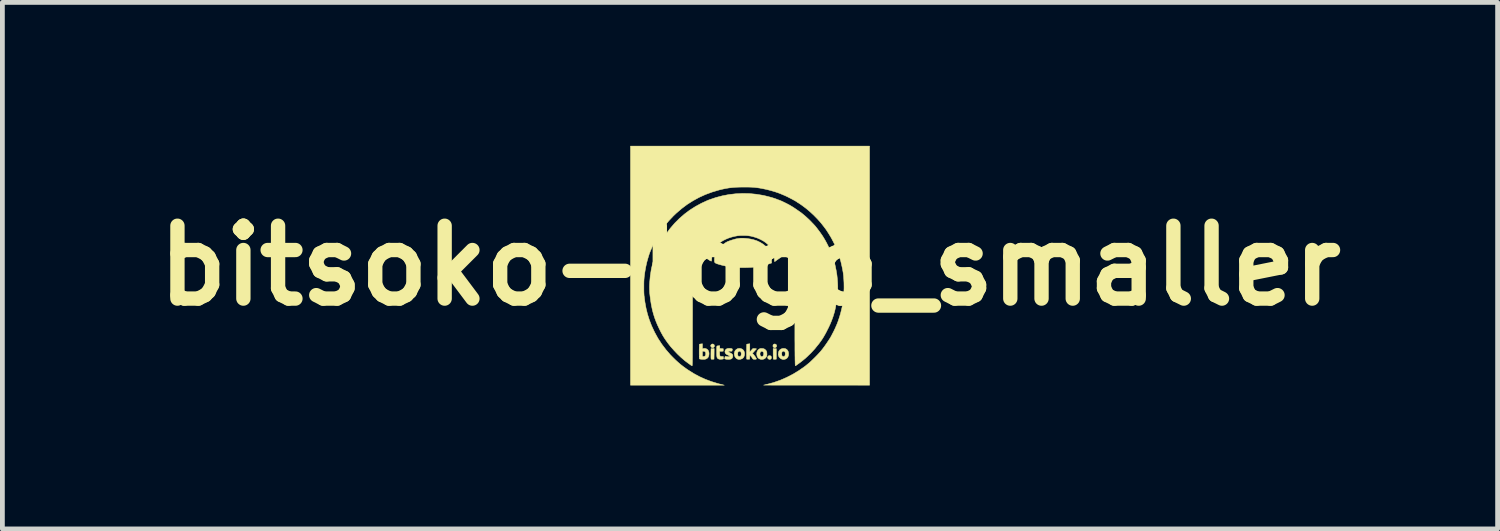
<source format=kicad_pcb>
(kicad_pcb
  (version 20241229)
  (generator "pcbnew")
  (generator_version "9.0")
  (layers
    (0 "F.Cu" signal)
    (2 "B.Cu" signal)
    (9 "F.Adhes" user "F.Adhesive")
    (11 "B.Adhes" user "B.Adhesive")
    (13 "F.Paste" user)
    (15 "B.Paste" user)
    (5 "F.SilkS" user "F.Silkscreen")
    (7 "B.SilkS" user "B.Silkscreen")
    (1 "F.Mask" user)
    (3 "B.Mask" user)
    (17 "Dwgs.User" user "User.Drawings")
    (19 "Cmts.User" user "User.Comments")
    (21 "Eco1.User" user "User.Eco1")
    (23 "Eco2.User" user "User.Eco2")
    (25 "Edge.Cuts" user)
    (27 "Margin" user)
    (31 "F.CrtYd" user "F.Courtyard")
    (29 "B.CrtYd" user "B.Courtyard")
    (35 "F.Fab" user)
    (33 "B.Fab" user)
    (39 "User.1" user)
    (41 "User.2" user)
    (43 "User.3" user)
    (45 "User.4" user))
  (footprint "bitsoko-logo_smaller"
    (layer "F.Cu")
    (at 12.635 2.505)
    (property "Reference" "bitsoko-logo_smaller" (at 0 0 0) (layer "F.SilkS") (effects (font (size 1.524 1.524) (thickness 0.3))))
    (attr through_hole)
    (fp_poly (pts (xy 0.517 1.736) (xy 0.55 1.737) (xy 0.55 1.956) (xy 0.521 1.958) (xy 0.504 1.958) (xy 0.492 1.957) (xy 0.488 1.955) (xy 0.487 1.949) (xy 0.486 1.934) (xy 0.485 1.912) (xy 0.485 1.884) (xy 0.484 1.853) (xy 0.484 1.843) (xy 0.484 1.734) (xy 0.517 1.736)) (stroke (width 0.01) (type solid)) (fill yes) (layer "F.SilkS"))
    (fp_poly (pts (xy -0.751 1.845) (xy -0.753 1.956) (xy -0.783 1.958) (xy -0.799 1.958) (xy -0.809 1.957) (xy -0.813 1.953) (xy -0.815 1.947) (xy -0.816 1.938) (xy -0.817 1.921) (xy -0.817 1.897) (xy -0.817 1.868) (xy -0.817 1.836) (xy -0.815 1.737) (xy -0.783 1.736) (xy -0.75 1.734) (xy -0.751 1.845)) (stroke (width 0.01) (type solid)) (fill yes) (layer "F.SilkS"))
    (fp_poly (pts (xy 0.419 1.883) (xy 0.436 1.891) (xy 0.446 1.906) (xy 0.448 1.922) (xy 0.444 1.942) (xy 0.433 1.955) (xy 0.416 1.961) (xy 0.396 1.958) (xy 0.392 1.956) (xy 0.376 1.945) (xy 0.368 1.93) (xy 0.368 1.915) (xy 0.373 1.9) (xy 0.384 1.888) (xy 0.4 1.882) (xy 0.419 1.883)) (stroke (width 0.01) (type solid)) (fill yes) (layer "F.SilkS"))
    (fp_poly (pts (xy 0.53 1.641) (xy 0.536 1.643) (xy 0.551 1.656) (xy 0.557 1.672) (xy 0.556 1.688) (xy 0.547 1.703) (xy 0.534 1.712) (xy 0.522 1.717) (xy 0.514 1.718) (xy 0.507 1.716) (xy 0.496 1.709) (xy 0.485 1.7) (xy 0.48 1.689) (xy 0.479 1.678) (xy 0.483 1.658) (xy 0.495 1.645) (xy 0.511 1.638) (xy 0.53 1.641)) (stroke (width 0.01) (type solid)) (fill yes) (layer "F.SilkS"))
    (fp_poly (pts (xy -0.775 1.639) (xy -0.756 1.648) (xy -0.747 1.663) (xy -0.745 1.678) (xy -0.746 1.693) (xy -0.753 1.702) (xy -0.762 1.709) (xy -0.773 1.716) (xy -0.781 1.718) (xy -0.789 1.716) (xy -0.798 1.713) (xy -0.811 1.703) (xy -0.82 1.688) (xy -0.822 1.67) (xy -0.821 1.665) (xy -0.813 1.652) (xy -0.799 1.642) (xy -0.783 1.638) (xy -0.775 1.639)) (stroke (width 0.01) (type solid)) (fill yes) (layer "F.SilkS"))
    (fp_poly (pts (xy -0.633 1.732) (xy -0.596 1.735) (xy -0.56 1.737) (xy -0.56 1.789) (xy -0.598 1.791) (xy -0.636 1.792) (xy -0.635 1.833) (xy -0.635 1.854) (xy -0.632 1.873) (xy -0.629 1.885) (xy -0.629 1.886) (xy -0.624 1.893) (xy -0.617 1.897) (xy -0.605 1.899) (xy -0.591 1.899) (xy -0.56 1.899) (xy -0.556 1.922) (xy -0.554 1.94) (xy -0.557 1.95) (xy -0.557 1.95) (xy -0.565 1.953) (xy -0.58 1.956) (xy -0.6 1.957) (xy -0.603 1.958) (xy -0.628 1.958) (xy -0.645 1.956) (xy -0.659 1.951) (xy -0.662 1.95) (xy -0.673 1.943) (xy -0.681 1.936) (xy -0.688 1.926) (xy -0.692 1.912) (xy -0.695 1.893) (xy -0.697 1.868) (xy -0.698 1.835) (xy -0.698 1.793) (xy -0.698 1.756) (xy -0.698 1.728) (xy -0.697 1.707) (xy -0.695 1.693) (xy -0.692 1.685) (xy -0.686 1.68) (xy -0.678 1.678) (xy -0.666 1.677) (xy -0.654 1.676) (xy -0.633 1.675) (xy -0.633 1.732)) (stroke (width 0.01) (type solid)) (fill yes) (layer "F.SilkS"))
    (fp_poly (pts (xy -0.195 1.734) (xy -0.165 1.745) (xy -0.153 1.753) (xy -0.134 1.774) (xy -0.121 1.8) (xy -0.114 1.829) (xy -0.115 1.86) (xy -0.121 1.889) (xy -0.133 1.916) (xy -0.152 1.937) (xy -0.167 1.947) (xy -0.198 1.958) (xy -0.229 1.962) (xy -0.249 1.959) (xy -0.278 1.947) (xy -0.301 1.926) (xy -0.318 1.899) (xy -0.327 1.867) (xy -0.328 1.856) (xy -0.259 1.856) (xy -0.254 1.88) (xy -0.243 1.895) (xy -0.226 1.901) (xy -0.221 1.901) (xy -0.205 1.898) (xy -0.195 1.891) (xy -0.189 1.879) (xy -0.185 1.863) (xy -0.184 1.855) (xy -0.184 1.83) (xy -0.19 1.81) (xy -0.201 1.796) (xy -0.214 1.789) (xy -0.23 1.791) (xy -0.238 1.795) (xy -0.252 1.81) (xy -0.259 1.832) (xy -0.259 1.856) (xy -0.328 1.856) (xy -0.328 1.846) (xy -0.325 1.811) (xy -0.313 1.781) (xy -0.294 1.758) (xy -0.285 1.751) (xy -0.258 1.736) (xy -0.227 1.731) (xy -0.195 1.734)) (stroke (width 0.01) (type solid)) (fill yes) (layer "F.SilkS"))
    (fp_poly (pts (xy 0.741 1.737) (xy 0.767 1.751) (xy 0.784 1.769) (xy 0.797 1.793) (xy 0.805 1.822) (xy 0.807 1.847) (xy 0.803 1.882) (xy 0.791 1.912) (xy 0.772 1.936) (xy 0.747 1.952) (xy 0.728 1.958) (xy 0.708 1.962) (xy 0.693 1.963) (xy 0.679 1.96) (xy 0.663 1.955) (xy 0.637 1.941) (xy 0.615 1.92) (xy 0.6 1.897) (xy 0.594 1.871) (xy 0.593 1.86) (xy 0.662 1.86) (xy 0.664 1.873) (xy 0.669 1.883) (xy 0.672 1.887) (xy 0.686 1.899) (xy 0.703 1.902) (xy 0.718 1.897) (xy 0.728 1.887) (xy 0.735 1.87) (xy 0.737 1.844) (xy 0.737 1.842) (xy 0.736 1.824) (xy 0.733 1.813) (xy 0.727 1.804) (xy 0.722 1.799) (xy 0.708 1.79) (xy 0.695 1.789) (xy 0.694 1.789) (xy 0.679 1.796) (xy 0.669 1.807) (xy 0.664 1.825) (xy 0.663 1.841) (xy 0.662 1.86) (xy 0.593 1.86) (xy 0.592 1.842) (xy 0.596 1.813) (xy 0.604 1.788) (xy 0.605 1.786) (xy 0.624 1.761) (xy 0.65 1.743) (xy 0.679 1.733) (xy 0.71 1.731) (xy 0.741 1.737)) (stroke (width 0.01) (type solid)) (fill yes) (layer "F.SilkS"))
    (fp_poly (pts (xy 0.278 1.735) (xy 0.305 1.746) (xy 0.327 1.765) (xy 0.336 1.776) (xy 0.344 1.789) (xy 0.349 1.802) (xy 0.352 1.818) (xy 0.353 1.838) (xy 0.354 1.862) (xy 0.352 1.879) (xy 0.348 1.894) (xy 0.344 1.903) (xy 0.326 1.93) (xy 0.301 1.949) (xy 0.275 1.958) (xy 0.257 1.962) (xy 0.244 1.963) (xy 0.229 1.961) (xy 0.217 1.958) (xy 0.188 1.946) (xy 0.166 1.927) (xy 0.15 1.9) (xy 0.142 1.867) (xy 0.141 1.846) (xy 0.141 1.843) (xy 0.208 1.843) (xy 0.21 1.865) (xy 0.217 1.884) (xy 0.219 1.888) (xy 0.234 1.899) (xy 0.25 1.902) (xy 0.266 1.896) (xy 0.276 1.884) (xy 0.284 1.863) (xy 0.286 1.842) (xy 0.285 1.825) (xy 0.28 1.812) (xy 0.271 1.802) (xy 0.256 1.791) (xy 0.242 1.79) (xy 0.227 1.799) (xy 0.22 1.806) (xy 0.211 1.822) (xy 0.208 1.843) (xy 0.141 1.843) (xy 0.144 1.81) (xy 0.156 1.781) (xy 0.175 1.757) (xy 0.187 1.748) (xy 0.201 1.739) (xy 0.214 1.734) (xy 0.23 1.732) (xy 0.244 1.732) (xy 0.278 1.735)) (stroke (width 0.01) (type solid)) (fill yes) (layer "F.SilkS"))
    (fp_poly (pts (xy -0.414 1.731) (xy -0.392 1.734) (xy -0.376 1.739) (xy -0.376 1.74) (xy -0.37 1.744) (xy -0.368 1.75) (xy -0.371 1.762) (xy -0.372 1.767) (xy -0.379 1.789) (xy -0.417 1.789) (xy -0.44 1.79) (xy -0.453 1.793) (xy -0.456 1.799) (xy -0.448 1.806) (xy -0.431 1.817) (xy -0.418 1.823) (xy -0.392 1.837) (xy -0.374 1.85) (xy -0.364 1.864) (xy -0.36 1.881) (xy -0.36 1.89) (xy -0.363 1.915) (xy -0.374 1.936) (xy -0.391 1.95) (xy -0.397 1.953) (xy -0.422 1.959) (xy -0.452 1.961) (xy -0.482 1.96) (xy -0.497 1.958) (xy -0.513 1.954) (xy -0.525 1.95) (xy -0.528 1.949) (xy -0.529 1.942) (xy -0.527 1.928) (xy -0.526 1.92) (xy -0.522 1.905) (xy -0.517 1.898) (xy -0.511 1.897) (xy -0.503 1.899) (xy -0.478 1.903) (xy -0.456 1.905) (xy -0.44 1.904) (xy -0.433 1.902) (xy -0.428 1.894) (xy -0.432 1.886) (xy -0.447 1.877) (xy -0.462 1.87) (xy -0.488 1.858) (xy -0.506 1.845) (xy -0.518 1.828) (xy -0.521 1.82) (xy -0.525 1.795) (xy -0.519 1.772) (xy -0.505 1.752) (xy -0.484 1.738) (xy -0.461 1.732) (xy -0.438 1.73) (xy -0.414 1.731)) (stroke (width 0.01) (type solid)) (fill yes) (layer "F.SilkS"))
    (fp_poly (pts (xy -0.005 1.72) (xy -0.005 1.805) (xy 0.06 1.734) (xy 0.095 1.735) (xy 0.114 1.736) (xy 0.128 1.738) (xy 0.135 1.741) (xy 0.133 1.745) (xy 0.132 1.746) (xy 0.127 1.75) (xy 0.116 1.761) (xy 0.103 1.776) (xy 0.089 1.791) (xy 0.05 1.834) (xy 0.066 1.851) (xy 0.083 1.871) (xy 0.099 1.892) (xy 0.114 1.912) (xy 0.125 1.931) (xy 0.132 1.945) (xy 0.133 1.953) (xy 0.133 1.954) (xy 0.126 1.956) (xy 0.113 1.958) (xy 0.099 1.959) (xy 0.08 1.958) (xy 0.067 1.955) (xy 0.059 1.949) (xy 0.058 1.947) (xy 0.05 1.938) (xy 0.047 1.932) (xy 0.044 1.927) (xy 0.036 1.915) (xy 0.024 1.9) (xy 0.022 1.898) (xy -0.003 1.868) (xy -0.005 1.912) (xy -0.008 1.956) (xy -0.037 1.957) (xy -0.054 1.957) (xy -0.066 1.956) (xy -0.07 1.955) (xy -0.071 1.949) (xy -0.072 1.934) (xy -0.072 1.912) (xy -0.073 1.884) (xy -0.073 1.853) (xy -0.073 1.819) (xy -0.073 1.784) (xy -0.072 1.749) (xy -0.072 1.717) (xy -0.071 1.689) (xy -0.071 1.667) (xy -0.07 1.651) (xy -0.069 1.644) (xy -0.068 1.644) (xy -0.061 1.642) (xy -0.047 1.639) (xy -0.035 1.638) (xy -0.005 1.634) (xy -0.005 1.72)) (stroke (width 0.01) (type solid)) (fill yes) (layer "F.SilkS"))
    (fp_poly (pts (xy -0.995 1.739) (xy -0.976 1.734) (xy -0.957 1.731) (xy -0.939 1.732) (xy -0.938 1.732) (xy -0.908 1.742) (xy -0.884 1.76) (xy -0.868 1.785) (xy -0.859 1.817) (xy -0.857 1.846) (xy -0.862 1.884) (xy -0.874 1.914) (xy -0.893 1.936) (xy -0.919 1.952) (xy -0.953 1.96) (xy -0.994 1.96) (xy -1.015 1.958) (xy -1.034 1.956) (xy -1.049 1.953) (xy -1.056 1.951) (xy -1.058 1.949) (xy -1.059 1.942) (xy -1.061 1.929) (xy -1.062 1.911) (xy -1.062 1.885) (xy -1.063 1.851) (xy -1.063 1.847) (xy -0.995 1.847) (xy -0.995 1.901) (xy -0.974 1.901) (xy -0.955 1.899) (xy -0.941 1.889) (xy -0.94 1.889) (xy -0.931 1.874) (xy -0.926 1.855) (xy -0.927 1.829) (xy -0.927 1.828) (xy -0.933 1.808) (xy -0.946 1.795) (xy -0.965 1.789) (xy -0.982 1.791) (xy -0.988 1.792) (xy -0.992 1.795) (xy -0.994 1.802) (xy -0.995 1.814) (xy -0.995 1.833) (xy -0.995 1.847) (xy -1.063 1.847) (xy -1.063 1.808) (xy -1.063 1.798) (xy -1.063 1.759) (xy -1.062 1.724) (xy -1.061 1.694) (xy -1.061 1.669) (xy -1.06 1.652) (xy -1.058 1.644) (xy -1.058 1.644) (xy -1.051 1.642) (xy -1.037 1.639) (xy -1.024 1.638) (xy -0.995 1.634) (xy -0.995 1.739)) (stroke (width 0.01) (type solid)) (fill yes) (layer "F.SilkS"))
    (fp_poly (pts (xy -0.058 -0.567) (xy 0.016 -0.555) (xy 0.074 -0.542) (xy 0.144 -0.519) (xy 0.21 -0.488) (xy 0.271 -0.45) (xy 0.325 -0.407) (xy 0.344 -0.387) (xy 0.371 -0.357) (xy 0.393 -0.327) (xy 0.413 -0.293) (xy 0.429 -0.261) (xy 0.45 -0.216) (xy 0.45 -0.136) (xy 0.451 -0.055) (xy 0.406 -0.04) (xy 0.355 -0.024) (xy 0.307 -0.011) (xy 0.26 0.001) (xy 0.21 0.011) (xy 0.156 0.02) (xy 0.096 0.028) (xy 0.054 0.034) (xy 0.025 0.036) (xy -0.013 0.038) (xy -0.057 0.04) (xy -0.105 0.041) (xy -0.155 0.041) (xy -0.204 0.041) (xy -0.251 0.04) (xy -0.293 0.038) (xy -0.326 0.036) (xy -0.387 0.029) (xy -0.455 0.018) (xy -0.525 0.005) (xy -0.591 -0.01) (xy -0.637 -0.023) (xy -0.674 -0.034) (xy -0.701 -0.043) (xy -0.721 -0.053) (xy -0.733 -0.062) (xy -0.738 -0.068) (xy -0.743 -0.084) (xy -0.744 -0.107) (xy -0.744 -0.136) (xy -0.741 -0.167) (xy -0.736 -0.194) (xy -0.721 -0.246) (xy -0.696 -0.297) (xy -0.662 -0.347) (xy -0.62 -0.394) (xy -0.572 -0.437) (xy -0.517 -0.476) (xy -0.477 -0.499) (xy -0.455 -0.508) (xy -0.426 -0.519) (xy -0.391 -0.531) (xy -0.354 -0.542) (xy -0.318 -0.553) (xy -0.284 -0.561) (xy -0.261 -0.565) (xy -0.199 -0.573) (xy -0.13 -0.573) (xy -0.058 -0.567)) (stroke (width 0.01) (type solid)) (fill yes) (layer "F.SilkS"))
    (fp_poly (pts (xy 2.5 2.5) (xy 0.284 2.499) (xy 0.349 2.484) (xy 0.493 2.445) (xy 0.633 2.396) (xy 0.768 2.337) (xy 0.9 2.269) (xy 1.026 2.192) (xy 1.149 2.106) (xy 1.224 2.045) (xy 1.248 2.025) (xy 1.277 1.998) (xy 1.309 1.967) (xy 1.344 1.933) (xy 1.378 1.899) (xy 1.411 1.865) (xy 1.44 1.834) (xy 1.464 1.807) (xy 1.475 1.795) (xy 1.521 1.738) (xy 1.564 1.68) (xy 1.608 1.617) (xy 1.654 1.548) (xy 1.677 1.512) (xy 1.686 1.496) (xy 1.699 1.473) (xy 1.714 1.444) (xy 1.73 1.413) (xy 1.747 1.381) (xy 1.762 1.35) (xy 1.775 1.323) (xy 1.785 1.302) (xy 1.787 1.297) (xy 1.796 1.275) (xy 1.806 1.253) (xy 1.813 1.236) (xy 1.814 1.235) (xy 1.823 1.212) (xy 1.835 1.181) (xy 1.848 1.145) (xy 1.861 1.105) (xy 1.874 1.066) (xy 1.885 1.027) (xy 1.895 0.993) (xy 1.898 0.981) (xy 1.92 0.892) (xy 1.937 0.809) (xy 1.949 0.728) (xy 1.958 0.648) (xy 1.963 0.564) (xy 1.966 0.474) (xy 1.966 0.438) (xy 1.965 0.358) (xy 1.961 0.285) (xy 1.956 0.217) (xy 1.948 0.149) (xy 1.936 0.081) (xy 1.921 0.009) (xy 1.903 -0.07) (xy 1.898 -0.091) (xy 1.889 -0.121) (xy 1.879 -0.156) (xy 1.868 -0.194) (xy 1.856 -0.231) (xy 1.844 -0.266) (xy 1.833 -0.296) (xy 1.824 -0.32) (xy 1.821 -0.326) (xy 1.815 -0.339) (xy 1.808 -0.357) (xy 1.802 -0.372) (xy 1.791 -0.397) (xy 1.777 -0.428) (xy 1.76 -0.463) (xy 1.741 -0.501) (xy 1.721 -0.539) (xy 1.702 -0.575) (xy 1.684 -0.606) (xy 1.675 -0.621) (xy 1.661 -0.644) (xy 1.645 -0.67) (xy 1.629 -0.695) (xy 1.613 -0.72) (xy 1.599 -0.741) (xy 1.588 -0.758) (xy 1.581 -0.768) (xy 1.579 -0.771) (xy 1.574 -0.776) (xy 1.566 -0.787) (xy 1.554 -0.803) (xy 1.553 -0.805) (xy 1.487 -0.889) (xy 1.413 -0.973) (xy 1.333 -1.055) (xy 1.249 -1.132) (xy 1.18 -1.19) (xy 1.158 -1.208) (xy 1.132 -1.227) (xy 1.105 -1.247) (xy 1.078 -1.267) (xy 1.052 -1.285) (xy 1.029 -1.3) (xy 1.01 -1.313) (xy 0.996 -1.321) (xy 0.99 -1.323) (xy 0.985 -1.326) (xy 0.985 -1.327) (xy 0.983 -1.33) (xy 0.976 -1.335) (xy 0.964 -1.343) (xy 0.945 -1.354) (xy 0.918 -1.369) (xy 0.894 -1.382) (xy 0.874 -1.393) (xy 0.849 -1.406) (xy 0.821 -1.42) (xy 0.792 -1.435) (xy 0.766 -1.448) (xy 0.742 -1.459) (xy 0.724 -1.467) (xy 0.714 -1.472) (xy 0.697 -1.478) (xy 0.678 -1.486) (xy 0.672 -1.489) (xy 0.629 -1.507) (xy 0.578 -1.526) (xy 0.521 -1.545) (xy 0.46 -1.563) (xy 0.398 -1.58) (xy 0.338 -1.595) (xy 0.309 -1.601) (xy 0.25 -1.613) (xy 0.196 -1.623) (xy 0.144 -1.63) (xy 0.094 -1.636) (xy 0.042 -1.64) (xy -0.014 -1.642) (xy -0.076 -1.643) (xy -0.128 -1.643) (xy -0.216 -1.642) (xy -0.296 -1.639) (xy -0.37 -1.633) (xy -0.441 -1.625) (xy -0.511 -1.613) (xy -0.582 -1.598) (xy -0.651 -1.581) (xy -0.795 -1.538) (xy -0.933 -1.487) (xy -1.065 -1.427) (xy -1.191 -1.358) (xy -1.313 -1.281) (xy -1.429 -1.194) (xy -1.54 -1.099) (xy -1.605 -1.037) (xy -1.698 -0.938) (xy -1.782 -0.838) (xy -1.858 -0.735) (xy -1.927 -0.626) (xy -1.989 -0.512) (xy -1.998 -0.495) (xy -2.015 -0.46) (xy -2.032 -0.422) (xy -2.05 -0.383) (xy -2.067 -0.344) (xy -2.083 -0.307) (xy -2.096 -0.274) (xy -2.107 -0.245) (xy -2.114 -0.223) (xy -2.117 -0.212) (xy -2.12 -0.202) (xy -2.122 -0.198) (xy -2.124 -0.19) (xy -2.129 -0.174) (xy -2.135 -0.154) (xy -2.138 -0.143) (xy -2.145 -0.118) (xy -2.152 -0.093) (xy -2.158 -0.072) (xy -2.159 -0.067) (xy -2.167 -0.033) (xy -2.176 0.008) (xy -2.185 0.055) (xy -2.194 0.104) (xy -2.202 0.155) (xy -2.208 0.203) (xy -2.214 0.247) (xy -2.214 0.255) (xy -2.217 0.288) (xy -2.219 0.328) (xy -2.22 0.373) (xy -2.22 0.422) (xy -2.22 0.471) (xy -2.22 0.52) (xy -2.219 0.564) (xy -2.217 0.603) (xy -2.215 0.634) (xy -2.214 0.636) (xy -2.197 0.767) (xy -2.174 0.892) (xy -2.145 1.011) (xy -2.109 1.126) (xy -2.066 1.239) (xy -2.057 1.261) (xy -1.995 1.394) (xy -1.925 1.521) (xy -1.846 1.642) (xy -1.759 1.757) (xy -1.664 1.867) (xy -1.61 1.922) (xy -1.554 1.977) (xy -1.502 2.024) (xy -1.451 2.068) (xy -1.398 2.109) (xy -1.342 2.15) (xy -1.297 2.181) (xy -1.18 2.255) (xy -1.062 2.319) (xy -0.939 2.375) (xy -0.812 2.423) (xy -0.679 2.464) (xy -0.638 2.475) (xy -0.539 2.5) (xy -1.52 2.5) (xy -2.5 2.5) (xy -2.5 -2.5) (xy 2.5 -2.5) (xy 2.5 2.5)) (stroke (width 0.01) (type solid)) (fill yes) (layer "F.SilkS"))
    (fp_poly (pts (xy -0.012 -1.507) (xy 0.131 -1.493) (xy 0.272 -1.47) (xy 0.357 -1.45) (xy 0.399 -1.439) (xy 0.44 -1.428) (xy 0.48 -1.416) (xy 0.515 -1.405) (xy 0.545 -1.394) (xy 0.566 -1.386) (xy 0.566 -1.385) (xy 0.58 -1.379) (xy 0.591 -1.376) (xy 0.593 -1.375) (xy 0.602 -1.373) (xy 0.618 -1.367) (xy 0.642 -1.357) (xy 0.67 -1.345) (xy 0.701 -1.33) (xy 0.734 -1.314) (xy 0.77 -1.296) (xy 0.803 -1.279) (xy 0.836 -1.261) (xy 0.869 -1.241) (xy 0.905 -1.219) (xy 0.944 -1.193) (xy 0.987 -1.163) (xy 1.038 -1.128) (xy 1.06 -1.113) (xy 1.088 -1.091) (xy 1.122 -1.063) (xy 1.16 -1.031) (xy 1.198 -0.996) (xy 1.237 -0.96) (xy 1.273 -0.924) (xy 1.302 -0.893) (xy 1.318 -0.877) (xy 1.332 -0.862) (xy 1.341 -0.852) (xy 1.344 -0.849) (xy 1.358 -0.834) (xy 1.377 -0.811) (xy 1.399 -0.783) (xy 1.423 -0.751) (xy 1.449 -0.717) (xy 1.474 -0.682) (xy 1.498 -0.648) (xy 1.519 -0.617) (xy 1.534 -0.593) (xy 1.567 -0.538) (xy 1.6 -0.478) (xy 1.632 -0.415) (xy 1.662 -0.351) (xy 1.69 -0.288) (xy 1.714 -0.227) (xy 1.734 -0.171) (xy 1.748 -0.122) (xy 1.755 -0.099) (xy 1.762 -0.073) (xy 1.766 -0.06) (xy 1.772 -0.04) (xy 1.778 -0.012) (xy 1.786 0.022) (xy 1.793 0.059) (xy 1.801 0.097) (xy 1.807 0.134) (xy 1.813 0.168) (xy 1.817 0.196) (xy 1.818 0.203) (xy 1.825 0.27) (xy 1.83 0.328) (xy 1.833 0.38) (xy 1.835 0.427) (xy 1.835 0.471) (xy 1.834 0.513) (xy 1.831 0.555) (xy 1.83 0.568) (xy 1.827 0.601) (xy 1.823 0.637) (xy 1.82 0.671) (xy 1.818 0.695) (xy 1.813 0.731) (xy 1.807 0.773) (xy 1.798 0.82) (xy 1.789 0.869) (xy 1.779 0.915) (xy 1.769 0.958) (xy 1.76 0.99) (xy 1.735 1.071) (xy 1.707 1.147) (xy 1.676 1.222) (xy 1.64 1.3) (xy 1.627 1.324) (xy 1.601 1.377) (xy 1.577 1.422) (xy 1.555 1.461) (xy 1.534 1.497) (xy 1.513 1.531) (xy 1.49 1.565) (xy 1.464 1.601) (xy 1.434 1.642) (xy 1.432 1.643) (xy 1.356 1.738) (xy 1.271 1.83) (xy 1.177 1.92) (xy 1.126 1.964) (xy 1.109 1.978) (xy 1.087 1.995) (xy 1.064 2.013) (xy 1.039 2.032) (xy 1.014 2.05) (xy 0.992 2.066) (xy 0.973 2.08) (xy 0.959 2.089) (xy 0.951 2.094) (xy 0.95 2.094) (xy 0.949 2.093) (xy 0.948 2.089) (xy 0.946 2.082) (xy 0.945 2.072) (xy 0.944 2.058) (xy 0.943 2.04) (xy 0.943 2.017) (xy 0.942 1.99) (xy 0.941 1.957) (xy 0.941 1.919) (xy 0.94 1.875) (xy 0.94 1.825) (xy 0.939 1.768) (xy 0.939 1.704) (xy 0.939 1.633) (xy 0.938 1.553) (xy 0.938 1.466) (xy 0.938 1.371) (xy 0.938 1.267) (xy 0.938 1.153) (xy 0.938 1.03) (xy 0.938 0.897) (xy 0.938 0.831) (xy 0.938 -0.228) (xy 0.869 -0.23) (xy 0.838 -0.231) (xy 0.806 -0.231) (xy 0.777 -0.231) (xy 0.756 -0.229) (xy 0.733 -0.227) (xy 0.718 -0.223) (xy 0.705 -0.218) (xy 0.694 -0.21) (xy 0.683 -0.202) (xy 0.666 -0.189) (xy 0.643 -0.174) (xy 0.618 -0.156) (xy 0.601 -0.144) (xy 0.576 -0.127) (xy 0.555 -0.112) (xy 0.538 -0.1) (xy 0.527 -0.091) (xy 0.523 -0.088) (xy 0.518 -0.083) (xy 0.514 -0.088) (xy 0.511 -0.103) (xy 0.51 -0.128) (xy 0.505 -0.194) (xy 0.49 -0.258) (xy 0.465 -0.319) (xy 0.431 -0.376) (xy 0.387 -0.43) (xy 0.379 -0.438) (xy 0.334 -0.477) (xy 0.281 -0.514) (xy 0.221 -0.547) (xy 0.156 -0.576) (xy 0.087 -0.599) (xy 0.018 -0.617) (xy -0.034 -0.625) (xy -0.066 -0.628) (xy -0.104 -0.63) (xy -0.145 -0.63) (xy -0.187 -0.63) (xy -0.224 -0.628) (xy -0.255 -0.625) (xy -0.258 -0.625) (xy -0.323 -0.613) (xy -0.389 -0.596) (xy -0.453 -0.575) (xy -0.512 -0.55) (xy -0.565 -0.523) (xy -0.583 -0.512) (xy -0.614 -0.49) (xy -0.647 -0.462) (xy -0.679 -0.431) (xy -0.709 -0.4) (xy -0.732 -0.37) (xy -0.739 -0.361) (xy -0.751 -0.339) (xy -0.765 -0.313) (xy -0.776 -0.288) (xy -0.777 -0.288) (xy -0.783 -0.27) (xy -0.789 -0.255) (xy -0.792 -0.238) (xy -0.795 -0.218) (xy -0.797 -0.191) (xy -0.799 -0.171) (xy -0.801 -0.143) (xy -0.804 -0.12) (xy -0.806 -0.103) (xy -0.808 -0.095) (xy -0.809 -0.094) (xy -0.82 -0.097) (xy -0.837 -0.106) (xy -0.859 -0.119) (xy -0.882 -0.135) (xy -0.905 -0.152) (xy -0.927 -0.17) (xy -0.946 -0.187) (xy -0.948 -0.19) (xy -0.971 -0.214) (xy -1.198 -0.214) (xy -1.199 -0.108) (xy -1.199 -0.076) (xy -1.199 -0.046) (xy -1.2 -0.022) (xy -1.2 -0.005) (xy -1.2 0.005) (xy -1.2 0.005) (xy -1.2 0.011) (xy -1.201 0.027) (xy -1.201 0.052) (xy -1.201 0.086) (xy -1.201 0.129) (xy -1.201 0.18) (xy -1.201 0.237) (xy -1.201 0.302) (xy -1.202 0.374) (xy -1.202 0.451) (xy -1.202 0.534) (xy -1.202 0.621) (xy -1.202 0.713) (xy -1.202 0.809) (xy -1.202 0.909) (xy -1.202 1.011) (xy -1.202 1.054) (xy -1.203 1.176) (xy -1.203 1.289) (xy -1.203 1.392) (xy -1.203 1.486) (xy -1.203 1.571) (xy -1.203 1.647) (xy -1.203 1.716) (xy -1.204 1.778) (xy -1.204 1.832) (xy -1.204 1.88) (xy -1.204 1.922) (xy -1.205 1.958) (xy -1.205 1.988) (xy -1.205 2.014) (xy -1.206 2.035) (xy -1.206 2.052) (xy -1.207 2.066) (xy -1.208 2.076) (xy -1.208 2.084) (xy -1.209 2.089) (xy -1.21 2.092) (xy -1.211 2.093) (xy -1.212 2.094) (xy -1.212 2.094) (xy -1.223 2.091) (xy -1.227 2.089) (xy -1.233 2.084) (xy -1.246 2.074) (xy -1.263 2.062) (xy -1.284 2.047) (xy -1.287 2.045) (xy -1.363 1.988) (xy -1.44 1.922) (xy -1.516 1.85) (xy -1.59 1.772) (xy -1.661 1.692) (xy -1.725 1.61) (xy -1.782 1.529) (xy -1.822 1.465) (xy -1.862 1.393) (xy -1.9 1.317) (xy -1.936 1.24) (xy -1.968 1.163) (xy -1.995 1.09) (xy -2.007 1.052) (xy -2.023 0.999) (xy -2.036 0.951) (xy -2.047 0.904) (xy -2.057 0.856) (xy -2.067 0.805) (xy -2.076 0.747) (xy -2.083 0.699) (xy -2.092 0.628) (xy -2.099 0.564) (xy -2.102 0.504) (xy -2.103 0.445) (xy -2.101 0.384) (xy -2.099 0.357) (xy -2.086 0.212) (xy -2.064 0.072) (xy -2.032 -0.063) (xy -1.992 -0.194) (xy -1.943 -0.322) (xy -1.896 -0.424) (xy -1.828 -0.549) (xy -1.752 -0.668) (xy -1.667 -0.781) (xy -1.576 -0.887) (xy -1.477 -0.986) (xy -1.372 -1.077) (xy -1.26 -1.161) (xy -1.142 -1.236) (xy -1.019 -1.303) (xy -0.891 -1.362) (xy -0.85 -1.378) (xy -0.715 -1.424) (xy -0.578 -1.46) (xy -0.438 -1.487) (xy -0.296 -1.503) (xy -0.154 -1.51) (xy -0.012 -1.507)) (stroke (width 0.01) (type solid)) (fill yes) (layer "F.SilkS")))
  (gr_rect
    (start -3 -3)
    (end 28.269 8.011)
    (stroke (width 0.1) (type default))
    (fill no)
    (layer "Edge.Cuts")))
</source>
